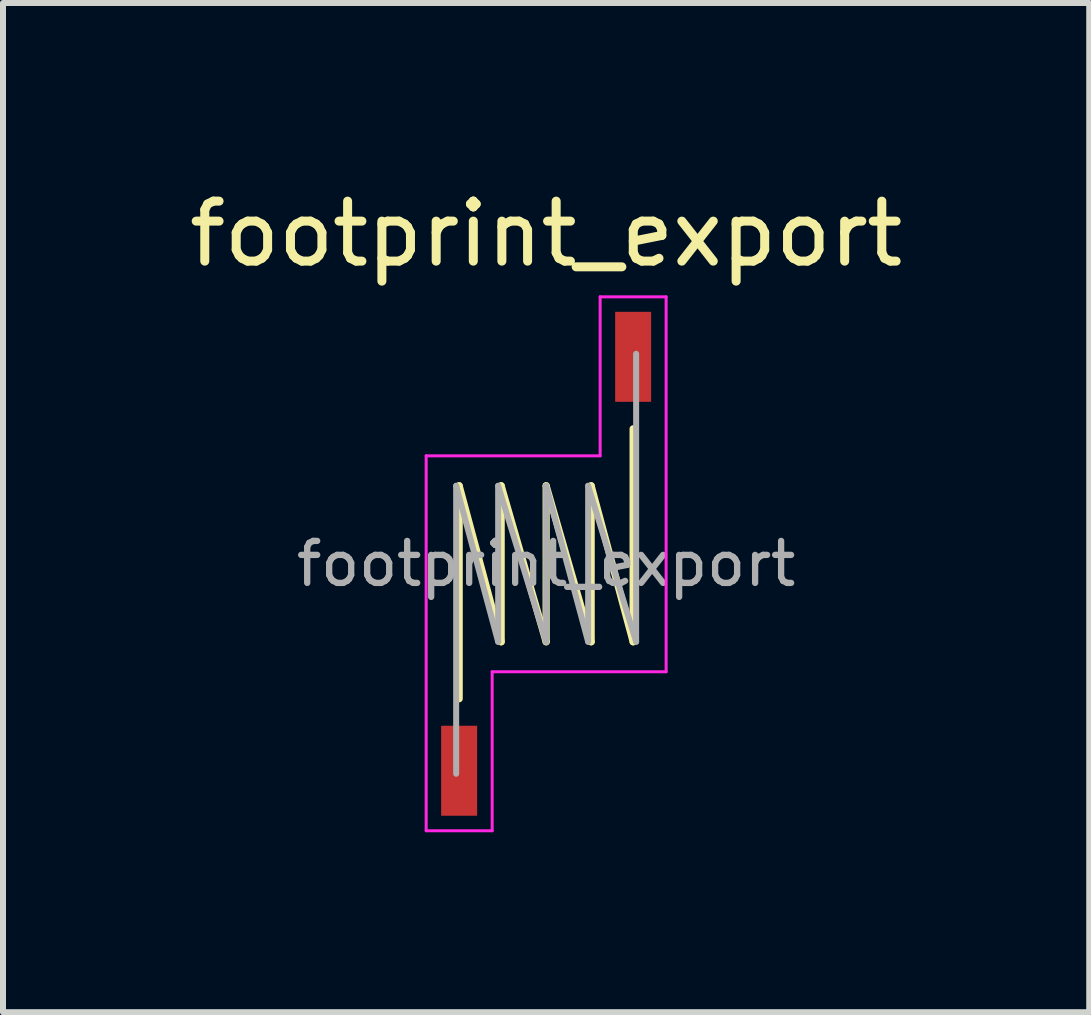
<source format=kicad_pcb>
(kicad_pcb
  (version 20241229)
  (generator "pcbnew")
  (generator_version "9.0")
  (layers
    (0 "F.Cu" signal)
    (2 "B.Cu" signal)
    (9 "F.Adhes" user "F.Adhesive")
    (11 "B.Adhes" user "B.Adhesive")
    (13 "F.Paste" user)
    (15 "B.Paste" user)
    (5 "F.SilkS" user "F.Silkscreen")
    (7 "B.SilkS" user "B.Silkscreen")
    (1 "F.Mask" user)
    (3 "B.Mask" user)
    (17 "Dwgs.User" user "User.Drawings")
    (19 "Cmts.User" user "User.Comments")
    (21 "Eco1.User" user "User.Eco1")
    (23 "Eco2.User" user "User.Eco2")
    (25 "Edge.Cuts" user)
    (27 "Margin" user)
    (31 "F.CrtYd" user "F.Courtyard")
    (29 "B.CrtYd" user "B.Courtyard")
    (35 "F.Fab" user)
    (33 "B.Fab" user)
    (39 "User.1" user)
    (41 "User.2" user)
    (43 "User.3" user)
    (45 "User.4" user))
  (footprint "footprint_export"
    (layer "F.Cu")
    (at 6.054 6.348)
    (property "Reference" "footprint_export" (at 0 -5.5 0) (layer "F.SilkS") (effects (font (size 1 1) (thickness 0.15))))
    (attr smd)
    (fp_line (start -1.45 -1.3) (end -1.45 2.25) (stroke (width 0.12) (type solid)) (layer "F.SilkS"))
    (fp_line (start -1.45 -1.3) (end -0.75 1.3) (stroke (width 0.12) (type solid)) (layer "F.SilkS"))
    (fp_line (start -0.75 -1.3) (end -0.75 1.3) (stroke (width 0.12) (type solid)) (layer "F.SilkS"))
    (fp_line (start -0.75 -1.3) (end 0 1.3) (stroke (width 0.12) (type solid)) (layer "F.SilkS"))
    (fp_line (start 0 -1.3) (end 0 1.3) (stroke (width 0.12) (type solid)) (layer "F.SilkS"))
    (fp_line (start 0 -1.3) (end 0.75 1.3) (stroke (width 0.12) (type solid)) (layer "F.SilkS"))
    (fp_line (start 0.75 -1.3) (end 0.75 1.3) (stroke (width 0.12) (type solid)) (layer "F.SilkS"))
    (fp_line (start 0.75 -1.3) (end 1.45 1.3) (stroke (width 0.12) (type solid)) (layer "F.SilkS"))
    (fp_line (start 1.45 1.3) (end 1.45 -2.25) (stroke (width 0.12) (type solid)) (layer "F.SilkS"))
    (fp_line (start -2 -1.8) (end -2 4.45) (stroke (width 0.05) (type solid)) (layer "F.CrtYd"))
    (fp_line (start -2 4.45) (end -0.9 4.45) (stroke (width 0.05) (type solid)) (layer "F.CrtYd"))
    (fp_line (start -0.9 1.8) (end 2 1.8) (stroke (width 0.05) (type solid)) (layer "F.CrtYd"))
    (fp_line (start -0.9 4.45) (end -0.9 1.8) (stroke (width 0.05) (type solid)) (layer "F.CrtYd"))
    (fp_line (start 0.9 -4.45) (end 0.9 -1.8) (stroke (width 0.05) (type solid)) (layer "F.CrtYd"))
    (fp_line (start 0.9 -1.8) (end -2 -1.8) (stroke (width 0.05) (type solid)) (layer "F.CrtYd"))
    (fp_line (start 2 -4.45) (end 0.9 -4.45) (stroke (width 0.05) (type solid)) (layer "F.CrtYd"))
    (fp_line (start 2 1.8) (end 2 -4.45) (stroke (width 0.05) (type solid)) (layer "F.CrtYd"))
    (fp_line (start -1.5 -1.3) (end -0.8 1.3) (stroke (width 0.1) (type solid)) (layer "F.Fab"))
    (fp_line (start -1.5 3.5) (end -1.5 -1.3) (stroke (width 0.1) (type solid)) (layer "F.Fab"))
    (fp_line (start -0.8 -1.3) (end 0 1.3) (stroke (width 0.1) (type solid)) (layer "F.Fab"))
    (fp_line (start -0.8 1.3) (end -0.8 -1.3) (stroke (width 0.1) (type solid)) (layer "F.Fab"))
    (fp_line (start 0 -1.3) (end 0.7 1.3) (stroke (width 0.1) (type solid)) (layer "F.Fab"))
    (fp_line (start 0 1.3) (end 0 -1.3) (stroke (width 0.1) (type solid)) (layer "F.Fab"))
    (fp_line (start 0.7 -1.3) (end 1.5 1.3) (stroke (width 0.1) (type solid)) (layer "F.Fab"))
    (fp_line (start 0.7 1.3) (end 0.7 -1.3) (stroke (width 0.1) (type solid)) (layer "F.Fab"))
    (fp_line (start 1.5 1.3) (end 1.5 -3.5) (stroke (width 0.1) (type solid)) (layer "F.Fab"))
    (fp_text user "${REFERENCE}" (at 0 0 0) (layer "F.Fab") (effects (font (size 0.7 0.7) (thickness 0.105))))
    (pad "1" smd rect (at -1.45 3.45) (size 0.6 1.5) (layers "F.Cu" "F.Mask" "F.Paste"))
    (pad "2" smd rect (at 1.45 -3.45) (size 0.6 1.5) (layers "F.Cu" "F.Mask" "F.Paste")))
  (gr_rect
    (start -3 -3)
    (end 15.107 13.823)
    (stroke (width 0.1) (type default))
    (fill no)
    (layer "Edge.Cuts")))
</source>
